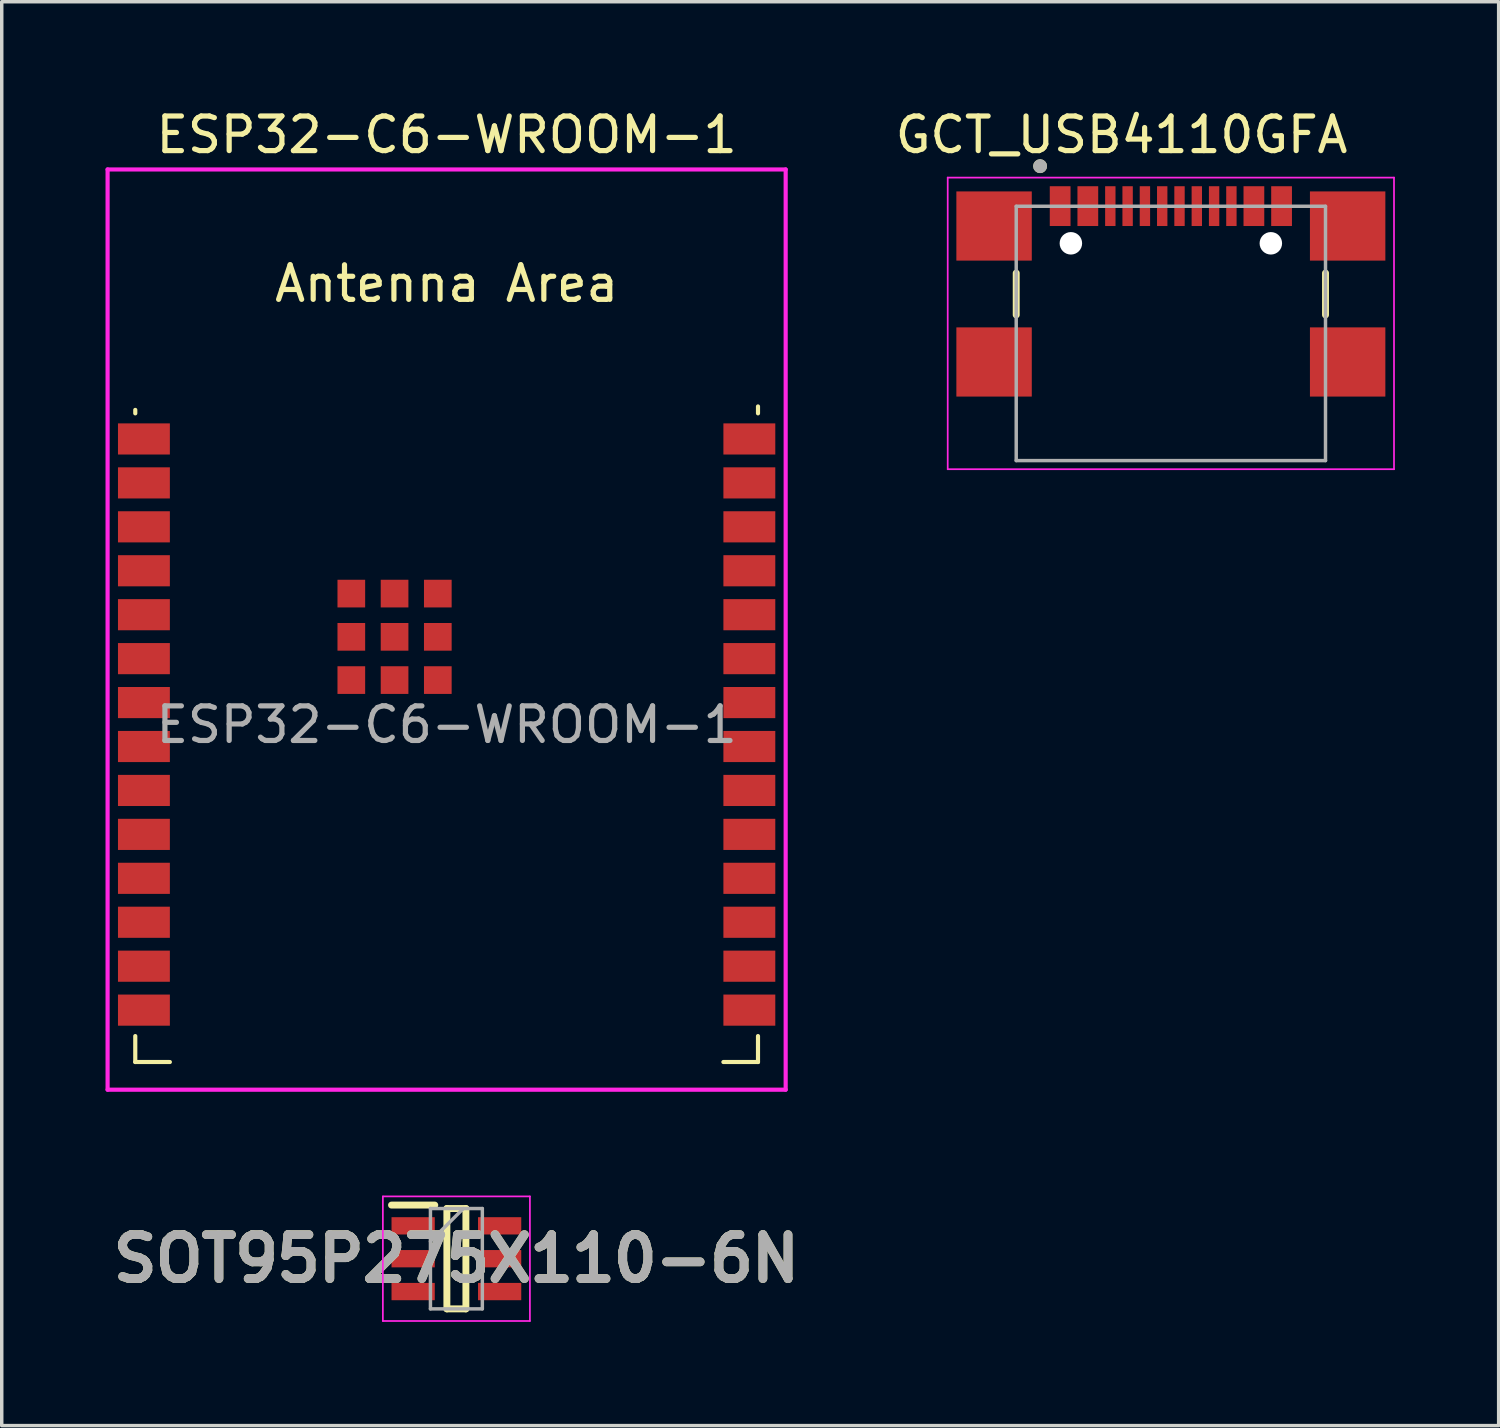
<source format=kicad_pcb>
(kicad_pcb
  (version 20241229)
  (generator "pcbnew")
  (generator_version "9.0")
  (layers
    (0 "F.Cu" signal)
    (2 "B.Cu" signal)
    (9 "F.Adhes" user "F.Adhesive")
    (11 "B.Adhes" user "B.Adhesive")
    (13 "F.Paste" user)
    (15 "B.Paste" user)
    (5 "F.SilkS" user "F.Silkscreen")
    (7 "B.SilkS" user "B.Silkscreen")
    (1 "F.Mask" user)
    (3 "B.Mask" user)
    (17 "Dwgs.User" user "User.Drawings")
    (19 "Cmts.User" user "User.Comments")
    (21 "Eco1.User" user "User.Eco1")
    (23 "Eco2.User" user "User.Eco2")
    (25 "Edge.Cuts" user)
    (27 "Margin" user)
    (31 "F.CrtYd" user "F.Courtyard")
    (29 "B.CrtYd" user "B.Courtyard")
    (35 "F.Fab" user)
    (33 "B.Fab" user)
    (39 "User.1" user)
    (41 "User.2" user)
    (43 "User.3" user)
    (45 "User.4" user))
  (footprint "ESP32-C6-WROOM-1"
    (layer "F.Cu")
    (at 9.86 17.898)
    (property "Reference" "ESP32-C6-WROOM-1" (at 0 -17.05 0) (layer "F.SilkS") (effects (font (size 1 1) (thickness 0.15))))
    (attr smd)
    (fp_line (start -9 -9.1) (end -9 -9) (stroke (width 0.12) (type solid)) (layer "F.SilkS"))
    (fp_line (start -9 9) (end -9 9.75) (stroke (width 0.12) (type solid)) (layer "F.SilkS"))
    (fp_line (start -9 9.75) (end -8 9.75) (stroke (width 0.12) (type solid)) (layer "F.SilkS"))
    (fp_line (start 9 -9.2) (end 9 -9) (stroke (width 0.12) (type solid)) (layer "F.SilkS"))
    (fp_line (start 9 9) (end 9 9.75) (stroke (width 0.12) (type solid)) (layer "F.SilkS"))
    (fp_line (start 9 9.75) (end 8 9.75) (stroke (width 0.12) (type solid)) (layer "F.SilkS"))
    (fp_line (start -9 -15.75) (end 9 -15.75) (stroke (width 0.12) (type solid)) (layer "Eco2.User"))
    (fp_line (start -9 -9.75) (end 9 -9.75) (stroke (width 0.12) (type solid)) (layer "Eco2.User"))
    (fp_line (start -9 9.75) (end -9 -15.75) (stroke (width 0.12) (type solid)) (layer "Eco2.User"))
    (fp_line (start 9 -15.75) (end 9 9.75) (stroke (width 0.12) (type solid)) (layer "Eco2.User"))
    (fp_line (start 9 9.75) (end -9 9.75) (stroke (width 0.12) (type solid)) (layer "Eco2.User"))
    (fp_line (start -9.8 -16.05) (end -9.8 10.55) (stroke (width 0.12) (type solid)) (layer "F.CrtYd"))
    (fp_line (start -9.8 10.55) (end 9.8 10.55) (stroke (width 0.12) (type solid)) (layer "F.CrtYd"))
    (fp_line (start 9.8 -16.05) (end -9.8 -16.05) (stroke (width 0.12) (type solid)) (layer "F.CrtYd"))
    (fp_line (start 9.8 -16.05) (end 9.8 10.55) (stroke (width 0.12) (type solid)) (layer "F.CrtYd"))
    (fp_text user "Antenna Area" (at 0 -12.75 0) (layer "F.SilkS") (effects (font (size 1 1) (thickness 0.15))))
    (fp_text user "Antenna Area" (at 0 -12.75 0) (layer "Eco2.User") (effects (font (size 1 1) (thickness 0.15))))
    (fp_text user "${REFERENCE}" (at 0 0 0) (layer "F.Fab") (effects (font (size 1 1) (thickness 0.15))))
    (pad "1" smd rect (at -8.75 -8.26) (size 1.5 0.9) (layers "F.Cu" "F.Mask" "F.Paste"))
    (pad "2" smd rect (at -8.75 -6.99) (size 1.5 0.9) (layers "F.Cu" "F.Mask" "F.Paste"))
    (pad "3" smd rect (at -8.75 -5.72) (size 1.5 0.9) (layers "F.Cu" "F.Mask" "F.Paste"))
    (pad "4" smd rect (at -8.75 -4.45) (size 1.5 0.9) (layers "F.Cu" "F.Mask" "F.Paste"))
    (pad "5" smd rect (at -8.75 -3.18) (size 1.5 0.9) (layers "F.Cu" "F.Mask" "F.Paste"))
    (pad "6" smd rect (at -8.75 -1.91) (size 1.5 0.9) (layers "F.Cu" "F.Mask" "F.Paste"))
    (pad "7" smd rect (at -8.75 -0.64) (size 1.5 0.9) (layers "F.Cu" "F.Mask" "F.Paste"))
    (pad "8" smd rect (at -8.75 0.63) (size 1.5 0.9) (layers "F.Cu" "F.Mask" "F.Paste"))
    (pad "9" smd rect (at -8.75 1.9) (size 1.5 0.9) (layers "F.Cu" "F.Mask" "F.Paste"))
    (pad "10" smd rect (at -8.75 3.17) (size 1.5 0.9) (layers "F.Cu" "F.Mask" "F.Paste"))
    (pad "11" smd rect (at -8.75 4.44) (size 1.5 0.9) (layers "F.Cu" "F.Mask" "F.Paste"))
    (pad "12" smd rect (at -8.75 5.71) (size 1.5 0.9) (layers "F.Cu" "F.Mask" "F.Paste"))
    (pad "13" smd rect (at -8.75 6.98) (size 1.5 0.9) (layers "F.Cu" "F.Mask" "F.Paste"))
    (pad "14" smd rect (at -8.75 8.25) (size 1.5 0.9) (layers "F.Cu" "F.Mask" "F.Paste"))
    (pad "15" smd rect (at 8.75 8.25 180) (size 1.5 0.9) (layers "F.Cu" "F.Mask" "F.Paste"))
    (pad "16" smd rect (at 8.75 6.98 180) (size 1.5 0.9) (layers "F.Cu" "F.Mask" "F.Paste"))
    (pad "17" smd rect (at 8.75 5.71 180) (size 1.5 0.9) (layers "F.Cu" "F.Mask" "F.Paste"))
    (pad "18" smd rect (at 8.75 4.44 180) (size 1.5 0.9) (layers "F.Cu" "F.Mask" "F.Paste"))
    (pad "19" smd rect (at 8.75 3.17 180) (size 1.5 0.9) (layers "F.Cu" "F.Mask" "F.Paste"))
    (pad "20" smd rect (at 8.75 1.9 180) (size 1.5 0.9) (layers "F.Cu" "F.Mask" "F.Paste"))
    (pad "21" smd rect (at 8.75 0.63 180) (size 1.5 0.9) (layers "F.Cu" "F.Mask" "F.Paste"))
    (pad "22" smd rect (at 8.75 -0.64 180) (size 1.5 0.9) (layers "F.Cu" "F.Mask" "F.Paste"))
    (pad "23" smd rect (at 8.75 -1.91 180) (size 1.5 0.9) (layers "F.Cu" "F.Mask" "F.Paste"))
    (pad "24" smd rect (at 8.75 -3.18 180) (size 1.5 0.9) (layers "F.Cu" "F.Mask" "F.Paste"))
    (pad "25" smd rect (at 8.75 -4.45 180) (size 1.5 0.9) (layers "F.Cu" "F.Mask" "F.Paste"))
    (pad "26" smd rect (at 8.75 -5.72 180) (size 1.5 0.9) (layers "F.Cu" "F.Mask" "F.Paste"))
    (pad "27" smd rect (at 8.75 -6.99 180) (size 1.5 0.9) (layers "F.Cu" "F.Mask" "F.Paste"))
    (pad "28" smd rect (at 8.75 -8.26 180) (size 1.5 0.9) (layers "F.Cu" "F.Mask" "F.Paste"))
    (pad "29" smd rect (at -2.755 -3.79 180) (size 0.8 0.8) (layers "F.Cu" "F.Mask" "F.Paste"))
    (pad "29" smd rect (at -2.755 -2.54 180) (size 0.8 0.8) (layers "F.Cu" "F.Mask" "F.Paste"))
    (pad "29" smd rect (at -2.755 -1.29 180) (size 0.8 0.8) (layers "F.Cu" "F.Mask" "F.Paste"))
    (pad "29" smd rect (at -1.505 -3.79 180) (size 0.8 0.8) (layers "F.Cu" "F.Mask" "F.Paste"))
    (pad "29" smd rect (at -1.505 -2.54 180) (size 0.8 0.8) (layers "F.Cu" "F.Mask" "F.Paste"))
    (pad "29" smd rect (at -1.505 -1.29 180) (size 0.8 0.8) (layers "F.Cu" "F.Mask" "F.Paste"))
    (pad "29" smd rect (at -0.255 -3.79 180) (size 0.8 0.8) (layers "F.Cu" "F.Mask" "F.Paste"))
    (pad "29" smd rect (at -0.255 -2.54 180) (size 0.8 0.8) (layers "F.Cu" "F.Mask" "F.Paste"))
    (pad "29" smd rect (at -0.255 -1.29 180) (size 0.8 0.8) (layers "F.Cu" "F.Mask" "F.Paste"))
    (zone (net_name "") (layers "F.Cu" "B.Cu") (name "antenna keepout") (hatch edge 0.508) (connect_pads) (min_thickness 0.254) (filled_areas_thickness no) (keepout (tracks not_allowed) (vias not_allowed) (pads not_allowed) (copperpour not_allowed) (footprints not_allowed)) (placement (enabled no)) (fill) (polygon (pts (xy 18.86 8.148) (xy 0.86 8.148) (xy 0.86 2.148) (xy 18.86 2.148)))))
  (footprint "GCT_USB4110GFA"
    (layer "F.Cu")
    (at 30.794 3.983)
    (property "Reference" "GCT_USB4110GFA" (at -1.425 -3.135 0) (layer "F.SilkS") (effects (font (size 1 1) (thickness 0.15))))
    (attr smd)
    (fp_line (start -4.47 0.86) (end -4.47 2.07) (stroke (width 0.2) (type solid)) (layer "F.SilkS"))
    (fp_line (start 4.47 0.86) (end 4.47 2.07) (stroke (width 0.2) (type solid)) (layer "F.SilkS"))
    (fp_circle (center -3.78 -2.23) (end -3.68 -2.23) (stroke (width 0.2) (type solid)) (fill no) (layer "F.SilkS"))
    (fp_line (start -6.45 -1.9) (end 6.45 -1.9) (stroke (width 0.05) (type solid)) (layer "F.CrtYd"))
    (fp_line (start -6.45 6.53) (end -6.45 -1.9) (stroke (width 0.05) (type solid)) (layer "F.CrtYd"))
    (fp_line (start 6.45 -1.9) (end 6.45 6.53) (stroke (width 0.05) (type solid)) (layer "F.CrtYd"))
    (fp_line (start 6.45 6.53) (end -6.45 6.53) (stroke (width 0.05) (type solid)) (layer "F.CrtYd"))
    (fp_line (start -4.47 -1.07) (end -4.47 6.28) (stroke (width 0.1) (type solid)) (layer "F.Fab"))
    (fp_line (start -4.47 6.28) (end 4.47 6.28) (stroke (width 0.1) (type solid)) (layer "F.Fab"))
    (fp_line (start 4.47 -1.07) (end -4.47 -1.07) (stroke (width 0.1) (type solid)) (layer "F.Fab"))
    (fp_line (start 4.47 6.28) (end 4.47 -1.07) (stroke (width 0.1) (type solid)) (layer "F.Fab"))
    (fp_circle (center -3.78 -2.23) (end -3.68 -2.23) (stroke (width 0.2) (type solid)) (fill no) (layer "F.Fab"))
    (pad "" np_thru_hole circle (at -2.89 0) (size 0.65 0.65) (drill 0.65) (layers "*.Cu" "*.Mask"))
    (pad "" np_thru_hole circle (at 2.89 0) (size 0.65 0.65) (drill 0.65) (layers "*.Cu" "*.Mask"))
    (pad "A1/B12" smd rect (at -3.2 -1.075) (size 0.6 1.15) (layers "F.Cu" "F.Mask" "F.Paste"))
    (pad "A4/B9" smd rect (at -2.4 -1.075) (size 0.6 1.15) (layers "F.Cu" "F.Mask" "F.Paste"))
    (pad "A5" smd rect (at -1.25 -1.075) (size 0.3 1.15) (layers "F.Cu" "F.Mask" "F.Paste"))
    (pad "A6" smd rect (at -0.25 -1.075) (size 0.3 1.15) (layers "F.Cu" "F.Mask" "F.Paste"))
    (pad "A7" smd rect (at 0.25 -1.075) (size 0.3 1.15) (layers "F.Cu" "F.Mask" "F.Paste"))
    (pad "A8" smd rect (at 1.25 -1.075) (size 0.3 1.15) (layers "F.Cu" "F.Mask" "F.Paste"))
    (pad "B1/A12" smd rect (at 3.2 -1.075) (size 0.6 1.15) (layers "F.Cu" "F.Mask" "F.Paste"))
    (pad "B4/A9" smd rect (at 2.4 -1.075) (size 0.6 1.15) (layers "F.Cu" "F.Mask" "F.Paste"))
    (pad "B5" smd rect (at 1.75 -1.075) (size 0.3 1.15) (layers "F.Cu" "F.Mask" "F.Paste"))
    (pad "B6" smd rect (at 0.75 -1.075) (size 0.3 1.15) (layers "F.Cu" "F.Mask" "F.Paste"))
    (pad "B7" smd rect (at -0.75 -1.075) (size 0.3 1.15) (layers "F.Cu" "F.Mask" "F.Paste"))
    (pad "B8" smd rect (at -1.75 -1.075) (size 0.3 1.15) (layers "F.Cu" "F.Mask" "F.Paste"))
    (pad "S1" smd rect (at -5.11 -0.5) (size 2.18 2) (layers "F.Cu" "F.Mask" "F.Paste"))
    (pad "S2" smd rect (at 5.11 -0.5) (size 2.18 2) (layers "F.Cu" "F.Mask" "F.Paste"))
    (pad "S3" smd rect (at -5.11 3.43) (size 2.18 2) (layers "F.Cu" "F.Mask" "F.Paste"))
    (pad "S4" smd rect (at 5.11 3.43) (size 2.18 2) (layers "F.Cu" "F.Mask" "F.Paste")))
  (footprint "SOT95P275X110-6N"
    (layer "F.Cu")
    (at 10.142 33.333)
    (property "Reference" "SOT95P275X110-6N" (at 0 0 0) (layer "F.SilkS") (effects (font (size 1.27 1.27) (thickness 0.254))))
    (attr smd)
    (fp_line (start -1.875 -1.55) (end -0.625 -1.55) (stroke (width 0.2) (type solid)) (layer "F.SilkS"))
    (fp_line (start -0.275 -1.45) (end 0.275 -1.45) (stroke (width 0.2) (type solid)) (layer "F.SilkS"))
    (fp_line (start -0.275 1.45) (end -0.275 -1.45) (stroke (width 0.2) (type solid)) (layer "F.SilkS"))
    (fp_line (start 0.275 -1.45) (end 0.275 1.45) (stroke (width 0.2) (type solid)) (layer "F.SilkS"))
    (fp_line (start 0.275 1.45) (end -0.275 1.45) (stroke (width 0.2) (type solid)) (layer "F.SilkS"))
    (fp_line (start -2.125 -1.8) (end 2.125 -1.8) (stroke (width 0.05) (type solid)) (layer "F.CrtYd"))
    (fp_line (start -2.125 1.8) (end -2.125 -1.8) (stroke (width 0.05) (type solid)) (layer "F.CrtYd"))
    (fp_line (start 2.125 -1.8) (end 2.125 1.8) (stroke (width 0.05) (type solid)) (layer "F.CrtYd"))
    (fp_line (start 2.125 1.8) (end -2.125 1.8) (stroke (width 0.05) (type solid)) (layer "F.CrtYd"))
    (fp_line (start -0.75 -1.45) (end 0.75 -1.45) (stroke (width 0.1) (type solid)) (layer "F.Fab"))
    (fp_line (start -0.75 -0.5) (end 0.2 -1.45) (stroke (width 0.1) (type solid)) (layer "F.Fab"))
    (fp_line (start -0.75 1.45) (end -0.75 -1.45) (stroke (width 0.1) (type solid)) (layer "F.Fab"))
    (fp_line (start 0.75 -1.45) (end 0.75 1.45) (stroke (width 0.1) (type solid)) (layer "F.Fab"))
    (fp_line (start 0.75 1.45) (end -0.75 1.45) (stroke (width 0.1) (type solid)) (layer "F.Fab"))
    (fp_text user "${REFERENCE}" (at 0 0 0) (layer "F.Fab") (effects (font (size 1.27 1.27) (thickness 0.254))))
    (pad "1" smd rect (at -1.25 -0.95 90) (size 0.5 1.25) (layers "F.Cu" "F.Mask" "F.Paste"))
    (pad "2" smd rect (at -1.25 0 90) (size 0.5 1.25) (layers "F.Cu" "F.Mask" "F.Paste"))
    (pad "3" smd rect (at -1.25 0.95 90) (size 0.5 1.25) (layers "F.Cu" "F.Mask" "F.Paste"))
    (pad "4" smd rect (at 1.25 0.95 90) (size 0.5 1.25) (layers "F.Cu" "F.Mask" "F.Paste"))
    (pad "5" smd rect (at 1.25 0 90) (size 0.5 1.25) (layers "F.Cu" "F.Mask" "F.Paste"))
    (pad "6" smd rect (at 1.25 -0.95 90) (size 0.5 1.25) (layers "F.Cu" "F.Mask" "F.Paste")))
  (gr_rect
    (start -3 -3)
    (end 40.269 38.158)
    (stroke (width 0.1) (type default))
    (fill no)
    (layer "Edge.Cuts")))
</source>
